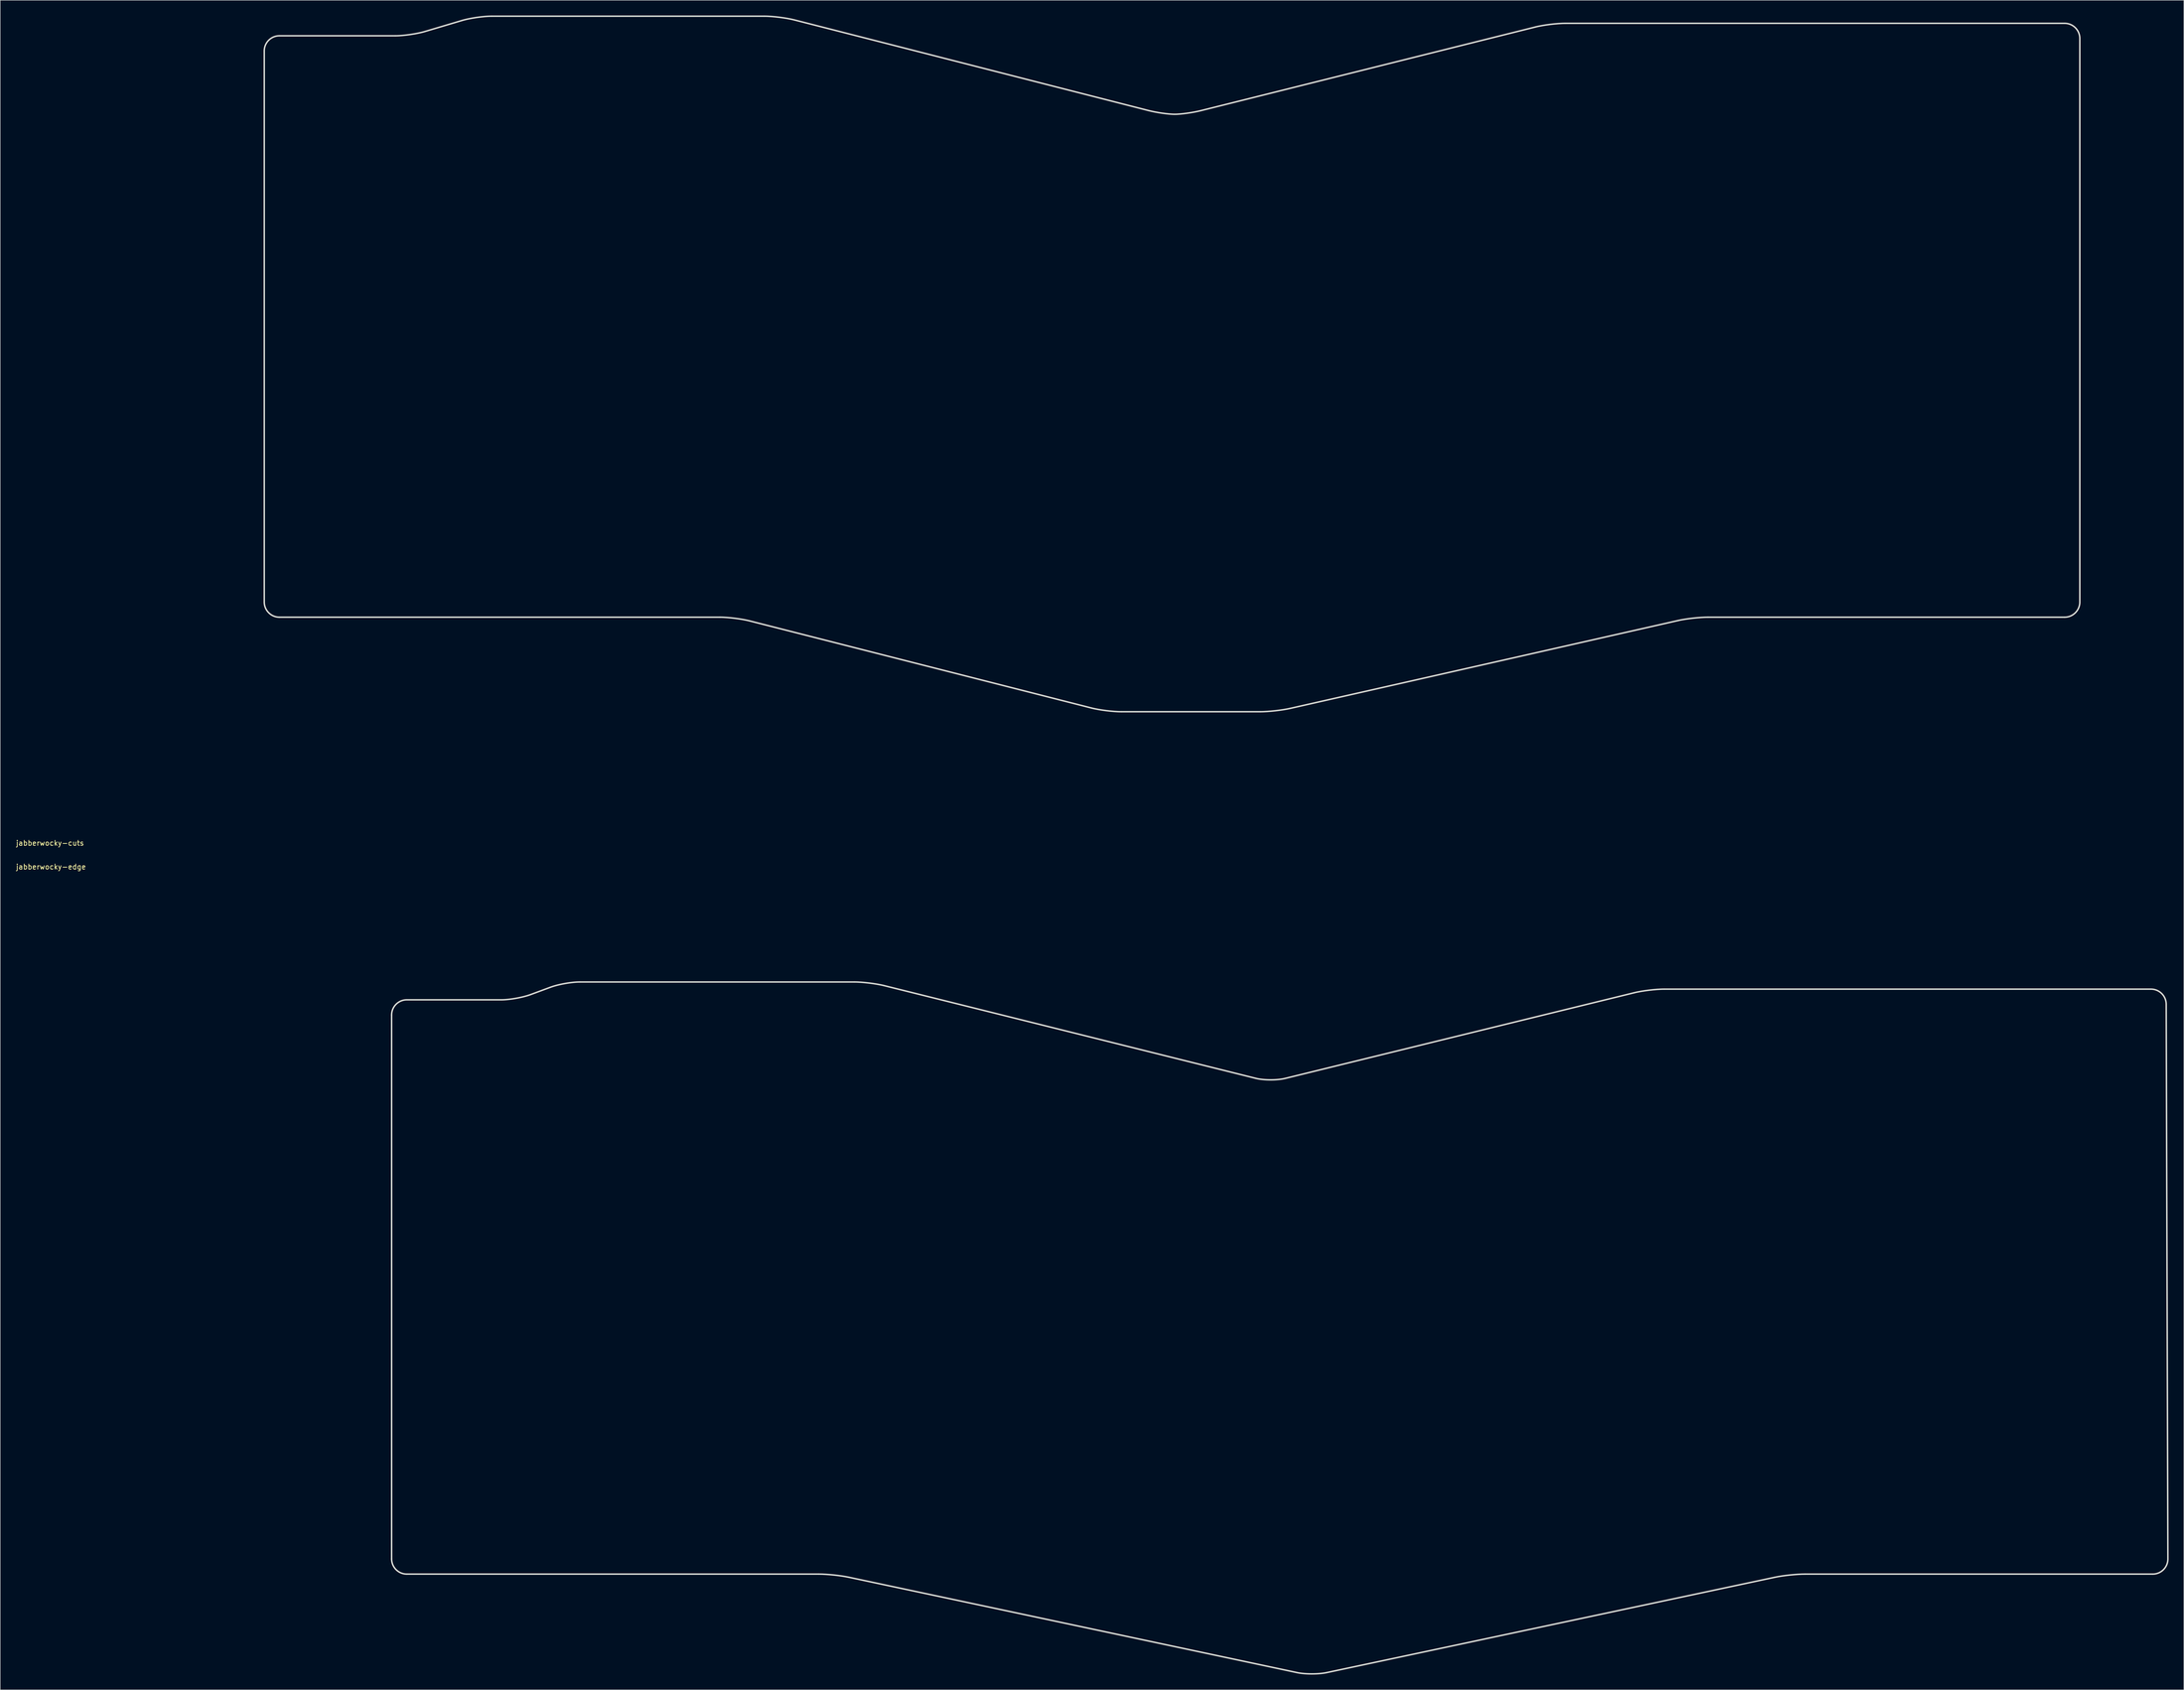
<source format=kicad_pcb>
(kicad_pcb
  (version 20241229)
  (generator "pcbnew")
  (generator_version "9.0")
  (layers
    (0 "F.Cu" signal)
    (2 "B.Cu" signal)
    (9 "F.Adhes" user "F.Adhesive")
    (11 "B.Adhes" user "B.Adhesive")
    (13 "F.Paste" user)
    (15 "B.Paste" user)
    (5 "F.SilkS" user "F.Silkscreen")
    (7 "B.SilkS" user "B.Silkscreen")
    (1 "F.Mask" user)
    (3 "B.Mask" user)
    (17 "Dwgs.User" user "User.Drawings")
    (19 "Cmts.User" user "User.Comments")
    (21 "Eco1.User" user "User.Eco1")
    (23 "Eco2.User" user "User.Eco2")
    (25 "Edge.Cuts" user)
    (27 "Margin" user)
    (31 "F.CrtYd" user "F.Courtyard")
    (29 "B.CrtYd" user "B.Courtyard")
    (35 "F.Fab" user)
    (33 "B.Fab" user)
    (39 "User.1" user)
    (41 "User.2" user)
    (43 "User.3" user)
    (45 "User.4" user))
  (footprint "jabberwocky-cuts"
    (layer "F.Cu")
    (at 6.839 163.213)
    (property "Reference" "jabberwocky-cuts" (at 0 0.5 0) (layer "F.SilkS") (effects (font (size 1 1) (thickness 0.15))))
    (attr through_hole)
    (fp_curve (pts (xy 42.38 -156.183) (xy 42.38 -157.833) (xy 43.73 -159.183) (xy 45.38 -159.183)) (stroke (width 0.3) (type solid)) (layer "Edge.Cuts"))
    (fp_curve (pts (xy 42.38 -47.177) (xy 42.38 -47.177) (xy 42.38 -156.183) (xy 42.38 -156.183)) (stroke (width 0.3) (type solid)) (layer "Edge.Cuts"))
    (fp_curve (pts (xy 45.38 -159.183) (xy 45.38 -159.183) (xy 68.308 -159.183) (xy 68.308 -159.183)) (stroke (width 0.3) (type solid)) (layer "Edge.Cuts"))
    (fp_curve (pts (xy 45.38 -44.177) (xy 43.73 -44.177) (xy 42.38 -45.527) (xy 42.38 -47.177)) (stroke (width 0.3) (type solid)) (layer "Edge.Cuts"))
    (fp_curve (pts (xy 68.308 -159.183) (xy 69.957 -159.183) (xy 72.602 -159.567) (xy 74.183 -160.037)) (stroke (width 0.3) (type solid)) (layer "Edge.Cuts"))
    (fp_curve (pts (xy 74.183 -160.037) (xy 74.183 -160.037) (xy 81.485 -162.208) (xy 81.485 -162.208)) (stroke (width 0.3) (type solid)) (layer "Edge.Cuts"))
    (fp_curve (pts (xy 81.485 -162.208) (xy 83.066 -162.678) (xy 85.71 -163.063) (xy 87.36 -163.063)) (stroke (width 0.3) (type solid)) (layer "Edge.Cuts"))
    (fp_curve (pts (xy 87.36 -163.063) (xy 87.36 -163.063) (xy 141.333 -163.063) (xy 141.333 -163.063)) (stroke (width 0.3) (type solid)) (layer "Edge.Cuts"))
    (fp_curve (pts (xy 132.513 -44.177) (xy 132.513 -44.177) (xy 45.38 -44.177) (xy 45.38 -44.177)) (stroke (width 0.3) (type solid)) (layer "Edge.Cuts"))
    (fp_curve (pts (xy 138.42 -43.436) (xy 136.821 -43.844) (xy 134.163 -44.177) (xy 132.513 -44.177)) (stroke (width 0.3) (type solid)) (layer "Edge.Cuts"))
    (fp_curve (pts (xy 141.333 -163.063) (xy 142.982 -163.063) (xy 145.64 -162.728) (xy 147.239 -162.32)) (stroke (width 0.3) (type solid)) (layer "Edge.Cuts"))
    (fp_curve (pts (xy 147.239 -162.32) (xy 147.239 -162.32) (xy 217.273 -144.404) (xy 217.273 -144.404)) (stroke (width 0.3) (type solid)) (layer "Edge.Cuts"))
    (fp_curve (pts (xy 205.984 -26.22) (xy 205.984 -26.22) (xy 138.42 -43.436) (xy 138.42 -43.436)) (stroke (width 0.3) (type solid)) (layer "Edge.Cuts"))
    (fp_curve (pts (xy 211.891 -25.48) (xy 210.241 -25.48) (xy 207.583 -25.813) (xy 205.984 -26.22)) (stroke (width 0.3) (type solid)) (layer "Edge.Cuts"))
    (fp_curve (pts (xy 217.273 -144.404) (xy 218.872 -143.995) (xy 221.212 -143.66) (xy 222.473 -143.66)) (stroke (width 0.3) (type solid)) (layer "Edge.Cuts"))
    (fp_curve (pts (xy 222.473 -143.66) (xy 223.734 -143.66) (xy 226.076 -143.988) (xy 227.676 -144.388)) (stroke (width 0.3) (type solid)) (layer "Edge.Cuts"))
    (fp_curve (pts (xy 227.676 -144.388) (xy 227.676 -144.388) (xy 293.822 -160.924) (xy 293.822 -160.924)) (stroke (width 0.3) (type solid)) (layer "Edge.Cuts"))
    (fp_curve (pts (xy 239.405 -25.48) (xy 239.405 -25.48) (xy 211.891 -25.48) (xy 211.891 -25.48)) (stroke (width 0.3) (type solid)) (layer "Edge.Cuts"))
    (fp_curve (pts (xy 245.331 -26.142) (xy 243.721 -25.778) (xy 241.055 -25.48) (xy 239.405 -25.48)) (stroke (width 0.3) (type solid)) (layer "Edge.Cuts"))
    (fp_curve (pts (xy 293.822 -160.924) (xy 295.423 -161.325) (xy 298.082 -161.652) (xy 299.732 -161.652)) (stroke (width 0.3) (type solid)) (layer "Edge.Cuts"))
    (fp_curve (pts (xy 299.732 -161.652) (xy 299.732 -161.652) (xy 398.507 -161.652) (xy 398.507 -161.652)) (stroke (width 0.3) (type solid)) (layer "Edge.Cuts"))
    (fp_curve (pts (xy 322.029 -43.514) (xy 322.029 -43.514) (xy 245.331 -26.142) (xy 245.331 -26.142)) (stroke (width 0.3) (type solid)) (layer "Edge.Cuts"))
    (fp_curve (pts (xy 327.955 -44.177) (xy 326.305 -44.177) (xy 323.638 -43.879) (xy 322.029 -43.514)) (stroke (width 0.3) (type solid)) (layer "Edge.Cuts"))
    (fp_curve (pts (xy 398.507 -161.652) (xy 400.158 -161.652) (xy 401.507 -160.302) (xy 401.507 -158.652)) (stroke (width 0.3) (type solid)) (layer "Edge.Cuts"))
    (fp_curve (pts (xy 398.507 -44.177) (xy 398.507 -44.177) (xy 327.955 -44.177) (xy 327.955 -44.177)) (stroke (width 0.3) (type solid)) (layer "Edge.Cuts"))
    (fp_curve (pts (xy 401.507 -158.652) (xy 401.507 -158.652) (xy 401.507 -47.177) (xy 401.507 -47.177)) (stroke (width 0.3) (type solid)) (layer "Edge.Cuts"))
    (fp_curve (pts (xy 401.507 -47.177) (xy 401.507 -45.527) (xy 400.158 -44.177) (xy 398.507 -44.177)) (stroke (width 0.3) (type solid)) (layer "Edge.Cuts")))
  (footprint "jabberwocky-edge"
    (layer "F.Cu")
    (at 7.03 167.91)
    (property "Reference" "jabberwocky-edge" (at 0 0.5 0) (layer "F.SilkS") (effects (font (size 1 1) (thickness 0.15))))
    (attr through_hole)
    (fp_curve (pts (xy 67.381 29.811) (xy 67.381 29.811) (xy 67.381 137.406) (xy 67.381 137.406)) (stroke (width 0.3) (type solid)) (layer "Edge.Cuts"))
    (fp_curve (pts (xy 67.381 137.406) (xy 67.381 139.056) (xy 68.731 140.406) (xy 70.381 140.406)) (stroke (width 0.3) (type solid)) (layer "Edge.Cuts"))
    (fp_curve (pts (xy 70.381 26.811) (xy 68.731 26.811) (xy 67.381 28.161) (xy 67.381 29.811)) (stroke (width 0.3) (type solid)) (layer "Edge.Cuts"))
    (fp_curve (pts (xy 70.381 140.406) (xy 70.381 140.406) (xy 151.869 140.406) (xy 151.869 140.406)) (stroke (width 0.3) (type solid)) (layer "Edge.Cuts"))
    (fp_curve (pts (xy 89.075 26.811) (xy 89.075 26.811) (xy 70.381 26.811) (xy 70.381 26.811)) (stroke (width 0.3) (type solid)) (layer "Edge.Cuts"))
    (fp_curve (pts (xy 94.888 25.769) (xy 93.341 26.342) (xy 90.725 26.811) (xy 89.075 26.811)) (stroke (width 0.3) (type solid)) (layer "Edge.Cuts"))
    (fp_curve (pts (xy 98.787 24.325) (xy 98.787 24.325) (xy 94.888 25.769) (xy 94.888 25.769)) (stroke (width 0.3) (type solid)) (layer "Edge.Cuts"))
    (fp_curve (pts (xy 104.6 23.283) (xy 102.95 23.283) (xy 100.334 23.752) (xy 98.787 24.325)) (stroke (width 0.3) (type solid)) (layer "Edge.Cuts"))
    (fp_curve (pts (xy 151.869 140.406) (xy 153.519 140.406) (xy 156.19 140.686) (xy 157.804 141.03)) (stroke (width 0.3) (type solid)) (layer "Edge.Cuts"))
    (fp_curve (pts (xy 157.804 141.03) (xy 157.804 141.03) (xy 246.48 159.89) (xy 246.48 159.89)) (stroke (width 0.3) (type solid)) (layer "Edge.Cuts"))
    (fp_curve (pts (xy 158.925 23.283) (xy 158.925 23.283) (xy 104.6 23.283) (xy 104.6 23.283)) (stroke (width 0.3) (type solid)) (layer "Edge.Cuts"))
    (fp_curve (pts (xy 164.836 24.009) (xy 163.235 23.61) (xy 160.575 23.283) (xy 158.925 23.283)) (stroke (width 0.3) (type solid)) (layer "Edge.Cuts"))
    (fp_curve (pts (xy 238.319 42.341) (xy 238.319 42.341) (xy 164.836 24.009) (xy 164.836 24.009)) (stroke (width 0.3) (type solid)) (layer "Edge.Cuts"))
    (fp_curve (pts (xy 244.144 42.352) (xy 242.541 42.745) (xy 239.92 42.74) (xy 238.319 42.341)) (stroke (width 0.3) (type solid)) (layer "Edge.Cuts"))
    (fp_curve (pts (xy 246.48 159.89) (xy 248.093 160.233) (xy 250.734 160.233) (xy 252.348 159.89)) (stroke (width 0.3) (type solid)) (layer "Edge.Cuts"))
    (fp_curve (pts (xy 252.348 159.89) (xy 252.348 159.89) (xy 341.024 141.03) (xy 341.024 141.03)) (stroke (width 0.3) (type solid)) (layer "Edge.Cuts"))
    (fp_curve (pts (xy 313.175 25.41) (xy 313.175 25.41) (xy 244.144 42.352) (xy 244.144 42.352)) (stroke (width 0.3) (type solid)) (layer "Edge.Cuts"))
    (fp_curve (pts (xy 319.089 24.694) (xy 317.439 24.694) (xy 314.778 25.016) (xy 313.175 25.41)) (stroke (width 0.3) (type solid)) (layer "Edge.Cuts"))
    (fp_curve (pts (xy 341.024 141.03) (xy 342.638 140.686) (xy 345.308 140.406) (xy 346.958 140.406)) (stroke (width 0.3) (type solid)) (layer "Edge.Cuts"))
    (fp_curve (pts (xy 346.958 140.406) (xy 346.958 140.406) (xy 415.747 140.406) (xy 415.747 140.406)) (stroke (width 0.3) (type solid)) (layer "Edge.Cuts"))
    (fp_curve (pts (xy 415.394 24.694) (xy 415.394 24.694) (xy 319.089 24.694) (xy 319.089 24.694)) (stroke (width 0.3) (type solid)) (layer "Edge.Cuts"))
    (fp_curve (pts (xy 415.747 140.406) (xy 417.397 140.406) (xy 418.743 139.056) (xy 418.738 137.406)) (stroke (width 0.3) (type solid)) (layer "Edge.Cuts"))
    (fp_curve (pts (xy 418.404 27.694) (xy 418.399 26.044) (xy 417.044 24.694) (xy 415.394 24.694)) (stroke (width 0.3) (type solid)) (layer "Edge.Cuts"))
    (fp_curve (pts (xy 418.738 137.406) (xy 418.738 137.406) (xy 418.404 27.694) (xy 418.404 27.694)) (stroke (width 0.3) (type solid)) (layer "Edge.Cuts")))
  (gr_rect
    (start -3 -3)
    (end 428.918 331.207)
    (stroke (width 0.1) (type default))
    (fill no)
    (layer "Edge.Cuts")))
</source>
